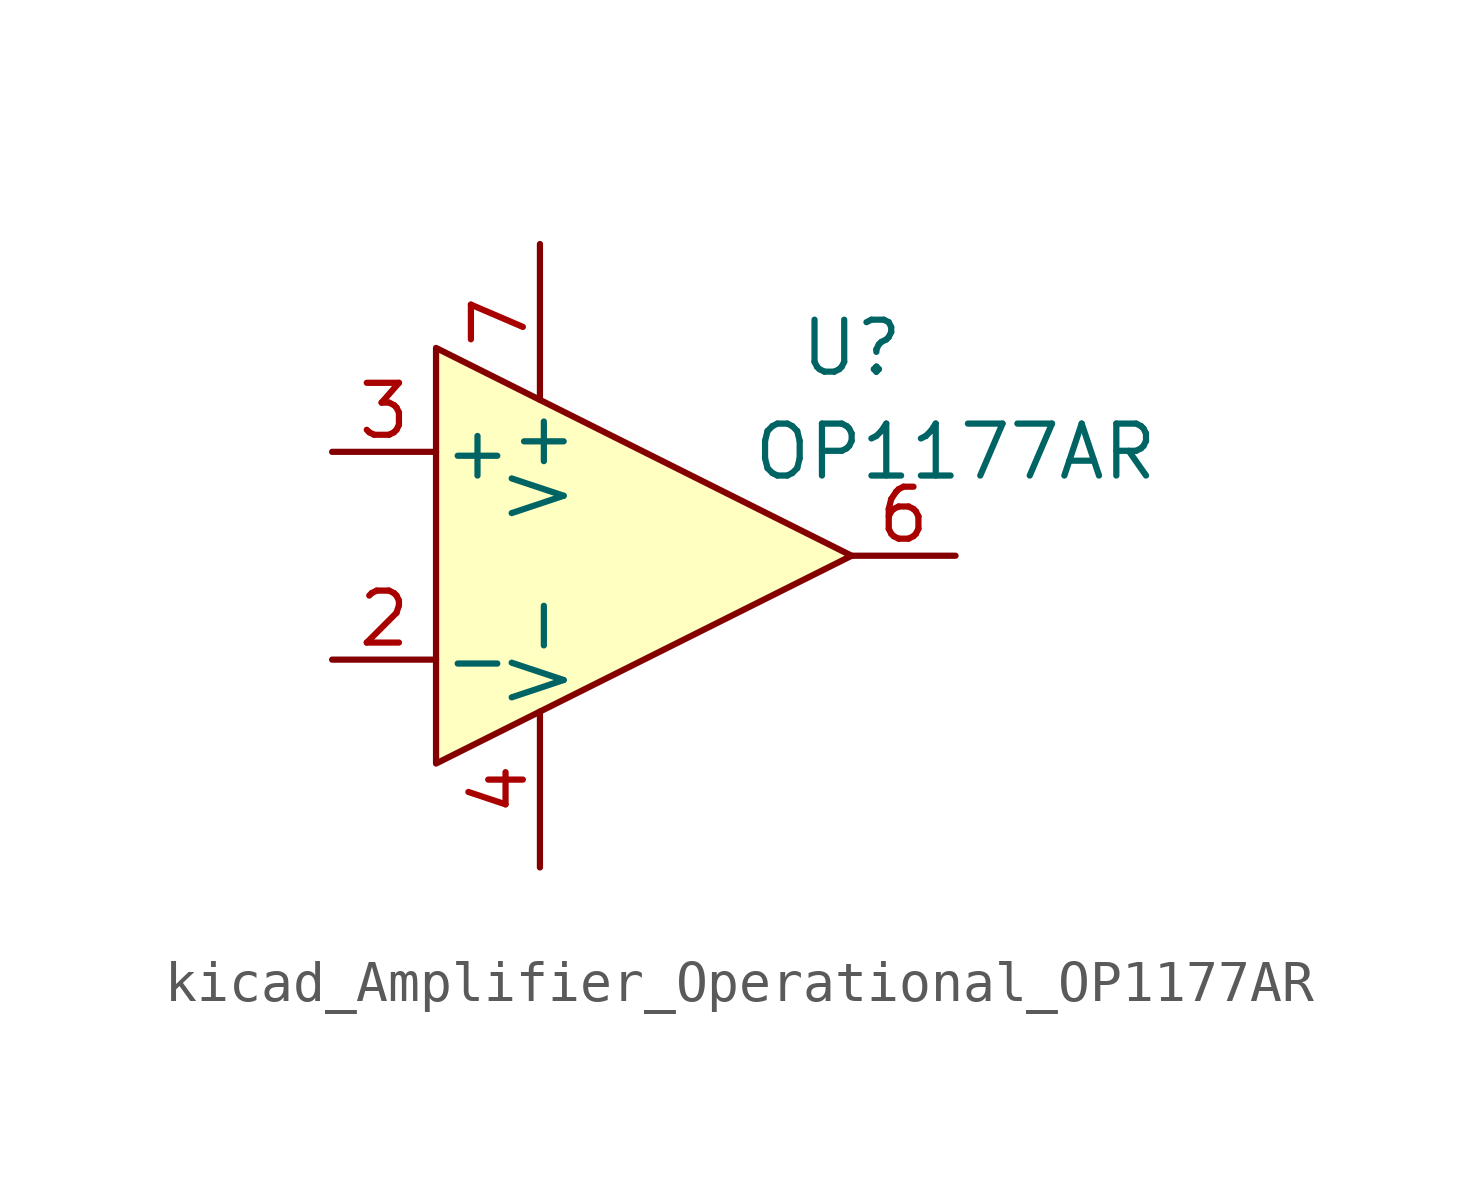
<source format=kicad_sym>
(kicad_symbol_lib
  (version 20220914)
  (generator kicad_symbol_editor)
  (symbol "kicad_Amplifier_Operational_OP1177AR"
    (pin_names
      (offset 0.127))
    (property "Reference" "U"
      (at 5.08 5.08 0)
      (effects (font (size 1.27 1.27))))
    (property "Value" "OP1177AR"
      (at 7.62 2.54 0)
      (effects (font (size 1.27 1.27))))
    (symbol "kicad_Amplifier_Operational_OP1177AR_0_1"
      (polyline (pts (xy -5.08 5.08) (xy -5.08 -5.08) (xy 5.08 0) (xy -5.08 5.08)) (stroke (width 0) (type default)) (fill (type background))))
    (symbol "kicad_Amplifier_Operational_OP1177AR_1_1"
      (pin no_connect line (at -5.08 0 0) (length 3.81) hide (name "NC" (effects (font (size 1.27 1.27)))) (number "1" (effects (font (size 1.27 1.27)))))
      (pin input line (at -7.62 -2.54 0) (length 2.54) (name "-" (effects (font (size 1.27 1.27)))) (number "2" (effects (font (size 1.27 1.27)))))
      (pin input line (at -7.62 2.54 0) (length 2.54) (name "+" (effects (font (size 1.27 1.27)))) (number "3" (effects (font (size 1.27 1.27)))))
      (pin power_in line (at -2.54 -7.62 90) (length 3.81) (name "V-" (effects (font (size 1.27 1.27)))) (number "4" (effects (font (size 1.27 1.27)))))
      (pin no_connect line (at 0 -2.54 90) (length 3.81) hide (name "NC" (effects (font (size 1.27 1.27)))) (number "5" (effects (font (size 1.27 1.27)))))
      (pin output line (at 7.62 0 180) (length 2.54) (name "~" (effects (font (size 1.27 1.27)))) (number "6" (effects (font (size 1.27 1.27)))))
      (pin power_in line (at -2.54 7.62 270) (length 3.81) (name "V+" (effects (font (size 1.27 1.27)))) (number "7" (effects (font (size 1.27 1.27)))))
      (pin no_connect line (at 0 2.54 270) (length 3.81) hide (name "NC" (effects (font (size 1.27 1.27)))) (number "8" (effects (font (size 1.27 1.27))))))))
</source>
